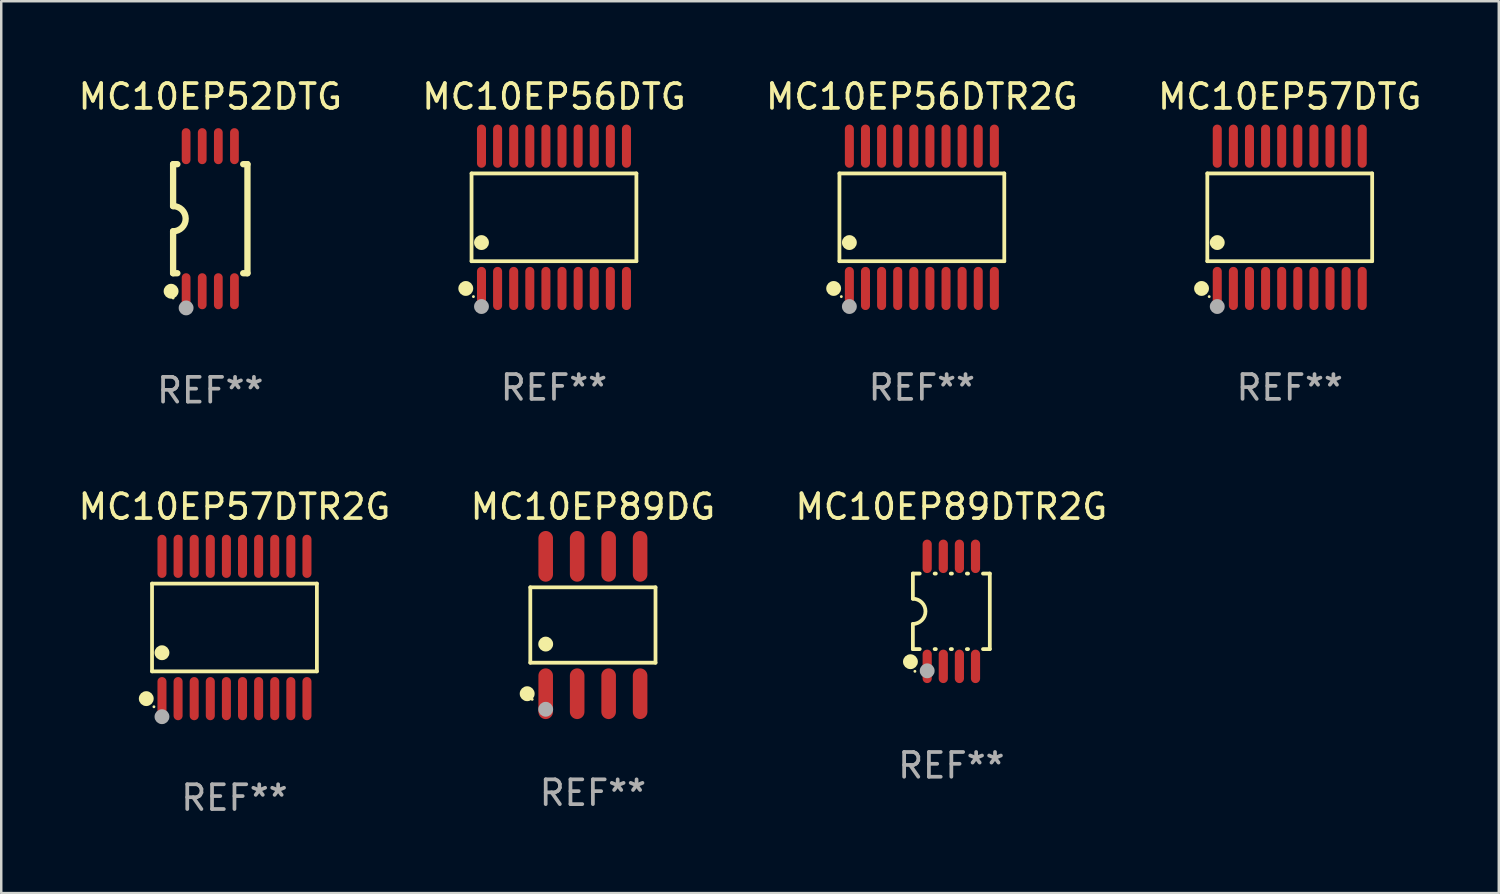
<source format=kicad_pcb>
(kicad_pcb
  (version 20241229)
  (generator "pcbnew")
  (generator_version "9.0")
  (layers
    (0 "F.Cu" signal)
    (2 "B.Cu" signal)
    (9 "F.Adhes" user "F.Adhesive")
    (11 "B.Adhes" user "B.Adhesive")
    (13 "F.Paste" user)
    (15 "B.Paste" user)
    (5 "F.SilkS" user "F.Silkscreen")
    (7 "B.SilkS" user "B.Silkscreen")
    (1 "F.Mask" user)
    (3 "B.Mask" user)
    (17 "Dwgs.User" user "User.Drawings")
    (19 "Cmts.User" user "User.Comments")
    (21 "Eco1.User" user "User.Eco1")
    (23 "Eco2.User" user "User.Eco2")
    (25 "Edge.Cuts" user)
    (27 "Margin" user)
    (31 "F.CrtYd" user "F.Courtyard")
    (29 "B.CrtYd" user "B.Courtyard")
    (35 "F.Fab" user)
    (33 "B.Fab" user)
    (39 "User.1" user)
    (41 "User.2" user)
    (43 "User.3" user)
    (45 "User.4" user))
  (footprint "MC10EP89DG"
    (layer "F.Cu")
    (at 20.875 22.171)
    (property "Reference" "MC10EP89DG" (at 0 -4.772 0) (layer "F.SilkS") (effects (font (size 1 1) (thickness 0.15))))
    (attr through_hole)
    (fp_line (start -2.526 -1.521) (end 2.526 -1.521) (stroke (width 0.152) (type solid)) (layer "F.SilkS"))
    (fp_line (start -2.526 1.521) (end -2.526 -1.521) (stroke (width 0.152) (type solid)) (layer "F.SilkS"))
    (fp_line (start 2.526 -1.521) (end 2.526 1.521) (stroke (width 0.152) (type solid)) (layer "F.SilkS"))
    (fp_line (start 2.526 1.521) (end -2.526 1.521) (stroke (width 0.152) (type solid)) (layer "F.SilkS"))
    (fp_circle (center -2.652 2.772) (end -2.501 2.772) (stroke (width 0.3) (type solid)) (fill no) (layer "F.SilkS"))
    (fp_circle (center -2.45 3) (end -2.42 3) (stroke (width 0.06) (type solid)) (fill no) (layer "F.SilkS"))
    (fp_circle (center -1.905 0.769) (end -1.755 0.769) (stroke (width 0.3) (type solid)) (fill no) (layer "F.SilkS"))
    (fp_circle (center -1.905 3.4) (end -1.755 3.4) (stroke (width 0.3) (type solid)) (fill no) (layer "F.Fab"))
    (fp_text user "REF**" (at 0 6.772 0) (layer "F.Fab") (effects (font (size 1 1) (thickness 0.15))))
    (pad "1" smd oval (at -1.905 2.772) (size 0.588 2.045) (layers "F.Cu" "F.Mask" "F.Paste"))
    (pad "2" smd oval (at -0.635 2.772) (size 0.588 2.045) (layers "F.Cu" "F.Mask" "F.Paste"))
    (pad "3" smd oval (at 0.635 2.772) (size 0.588 2.045) (layers "F.Cu" "F.Mask" "F.Paste"))
    (pad "4" smd oval (at 1.905 2.772) (size 0.588 2.045) (layers "F.Cu" "F.Mask" "F.Paste"))
    (pad "5" smd oval (at 1.905 -2.772) (size 0.588 2.045) (layers "F.Cu" "F.Mask" "F.Paste"))
    (pad "6" smd oval (at 0.635 -2.772) (size 0.588 2.045) (layers "F.Cu" "F.Mask" "F.Paste"))
    (pad "7" smd oval (at -0.635 -2.772) (size 0.588 2.045) (layers "F.Cu" "F.Mask" "F.Paste"))
    (pad "8" smd oval (at -1.905 -2.772) (size 0.588 2.045) (layers "F.Cu" "F.Mask" "F.Paste")))
  (footprint "MC10EP56DTR2G"
    (layer "F.Cu")
    (at 34.149 5.719)
    (property "Reference" "MC10EP56DTR2G" (at 0 -4.871 0) (layer "F.SilkS") (effects (font (size 1 1) (thickness 0.15))))
    (attr through_hole)
    (fp_line (start -3.326 -1.771) (end 3.326 -1.771) (stroke (width 0.152) (type solid)) (layer "F.SilkS"))
    (fp_line (start -3.326 1.771) (end -3.326 -1.771) (stroke (width 0.152) (type solid)) (layer "F.SilkS"))
    (fp_line (start 3.326 -1.771) (end 3.326 1.771) (stroke (width 0.152) (type solid)) (layer "F.SilkS"))
    (fp_line (start 3.326 1.771) (end -3.326 1.771) (stroke (width 0.152) (type solid)) (layer "F.SilkS"))
    (fp_circle (center -3.559 2.871) (end -3.409 2.871) (stroke (width 0.3) (type solid)) (fill no) (layer "F.SilkS"))
    (fp_circle (center -3.25 3.2) (end -3.22 3.2) (stroke (width 0.06) (type solid)) (fill no) (layer "F.SilkS"))
    (fp_circle (center -2.925 1.019) (end -2.775 1.019) (stroke (width 0.3) (type solid)) (fill no) (layer "F.SilkS"))
    (fp_circle (center -2.925 3.6) (end -2.775 3.6) (stroke (width 0.3) (type solid)) (fill no) (layer "F.Fab"))
    (fp_text user "REF**" (at 0 6.871 0) (layer "F.Fab") (effects (font (size 1 1) (thickness 0.15))))
    (pad "1" smd oval (at -2.925 2.871) (size 0.364 1.742) (layers "F.Cu" "F.Mask" "F.Paste"))
    (pad "2" smd oval (at -2.275 2.871) (size 0.364 1.742) (layers "F.Cu" "F.Mask" "F.Paste"))
    (pad "3" smd oval (at -1.625 2.871) (size 0.364 1.742) (layers "F.Cu" "F.Mask" "F.Paste"))
    (pad "4" smd oval (at -0.975 2.871) (size 0.364 1.742) (layers "F.Cu" "F.Mask" "F.Paste"))
    (pad "5" smd oval (at -0.325 2.871) (size 0.364 1.742) (layers "F.Cu" "F.Mask" "F.Paste"))
    (pad "6" smd oval (at 0.325 2.871) (size 0.364 1.742) (layers "F.Cu" "F.Mask" "F.Paste"))
    (pad "7" smd oval (at 0.975 2.871) (size 0.364 1.742) (layers "F.Cu" "F.Mask" "F.Paste"))
    (pad "8" smd oval (at 1.625 2.871) (size 0.364 1.742) (layers "F.Cu" "F.Mask" "F.Paste"))
    (pad "9" smd oval (at 2.275 2.871) (size 0.364 1.742) (layers "F.Cu" "F.Mask" "F.Paste"))
    (pad "10" smd oval (at 2.925 2.871) (size 0.364 1.742) (layers "F.Cu" "F.Mask" "F.Paste"))
    (pad "11" smd oval (at 2.925 -2.871) (size 0.364 1.742) (layers "F.Cu" "F.Mask" "F.Paste"))
    (pad "12" smd oval (at 2.275 -2.871) (size 0.364 1.742) (layers "F.Cu" "F.Mask" "F.Paste"))
    (pad "13" smd oval (at 1.625 -2.871) (size 0.364 1.742) (layers "F.Cu" "F.Mask" "F.Paste"))
    (pad "14" smd oval (at 0.975 -2.871) (size 0.364 1.742) (layers "F.Cu" "F.Mask" "F.Paste"))
    (pad "15" smd oval (at 0.325 -2.871) (size 0.364 1.742) (layers "F.Cu" "F.Mask" "F.Paste"))
    (pad "16" smd oval (at -0.325 -2.871) (size 0.364 1.742) (layers "F.Cu" "F.Mask" "F.Paste"))
    (pad "17" smd oval (at -0.975 -2.871) (size 0.364 1.742) (layers "F.Cu" "F.Mask" "F.Paste"))
    (pad "18" smd oval (at -1.625 -2.871) (size 0.364 1.742) (layers "F.Cu" "F.Mask" "F.Paste"))
    (pad "19" smd oval (at -2.275 -2.871) (size 0.364 1.742) (layers "F.Cu" "F.Mask" "F.Paste"))
    (pad "20" smd oval (at -2.925 -2.871) (size 0.364 1.742) (layers "F.Cu" "F.Mask" "F.Paste")))
  (footprint "MC10EP57DTR2G"
    (layer "F.Cu")
    (at 6.411 22.27)
    (property "Reference" "MC10EP57DTR2G" (at 0 -4.871 0) (layer "F.SilkS") (effects (font (size 1 1) (thickness 0.15))))
    (attr through_hole)
    (fp_line (start -3.326 -1.771) (end 3.326 -1.771) (stroke (width 0.152) (type solid)) (layer "F.SilkS"))
    (fp_line (start -3.326 1.771) (end -3.326 -1.771) (stroke (width 0.152) (type solid)) (layer "F.SilkS"))
    (fp_line (start 3.326 -1.771) (end 3.326 1.771) (stroke (width 0.152) (type solid)) (layer "F.SilkS"))
    (fp_line (start 3.326 1.771) (end -3.326 1.771) (stroke (width 0.152) (type solid)) (layer "F.SilkS"))
    (fp_circle (center -3.559 2.871) (end -3.409 2.871) (stroke (width 0.3) (type solid)) (fill no) (layer "F.SilkS"))
    (fp_circle (center -3.25 3.2) (end -3.22 3.2) (stroke (width 0.06) (type solid)) (fill no) (layer "F.SilkS"))
    (fp_circle (center -2.925 1.019) (end -2.775 1.019) (stroke (width 0.3) (type solid)) (fill no) (layer "F.SilkS"))
    (fp_circle (center -2.925 3.6) (end -2.775 3.6) (stroke (width 0.3) (type solid)) (fill no) (layer "F.Fab"))
    (fp_text user "REF**" (at 0 6.871 0) (layer "F.Fab") (effects (font (size 1 1) (thickness 0.15))))
    (pad "1" smd oval (at -2.925 2.871) (size 0.364 1.742) (layers "F.Cu" "F.Mask" "F.Paste"))
    (pad "2" smd oval (at -2.275 2.871) (size 0.364 1.742) (layers "F.Cu" "F.Mask" "F.Paste"))
    (pad "3" smd oval (at -1.625 2.871) (size 0.364 1.742) (layers "F.Cu" "F.Mask" "F.Paste"))
    (pad "4" smd oval (at -0.975 2.871) (size 0.364 1.742) (layers "F.Cu" "F.Mask" "F.Paste"))
    (pad "5" smd oval (at -0.325 2.871) (size 0.364 1.742) (layers "F.Cu" "F.Mask" "F.Paste"))
    (pad "6" smd oval (at 0.325 2.871) (size 0.364 1.742) (layers "F.Cu" "F.Mask" "F.Paste"))
    (pad "7" smd oval (at 0.975 2.871) (size 0.364 1.742) (layers "F.Cu" "F.Mask" "F.Paste"))
    (pad "8" smd oval (at 1.625 2.871) (size 0.364 1.742) (layers "F.Cu" "F.Mask" "F.Paste"))
    (pad "9" smd oval (at 2.275 2.871) (size 0.364 1.742) (layers "F.Cu" "F.Mask" "F.Paste"))
    (pad "10" smd oval (at 2.925 2.871) (size 0.364 1.742) (layers "F.Cu" "F.Mask" "F.Paste"))
    (pad "11" smd oval (at 2.925 -2.871) (size 0.364 1.742) (layers "F.Cu" "F.Mask" "F.Paste"))
    (pad "12" smd oval (at 2.275 -2.871) (size 0.364 1.742) (layers "F.Cu" "F.Mask" "F.Paste"))
    (pad "13" smd oval (at 1.625 -2.871) (size 0.364 1.742) (layers "F.Cu" "F.Mask" "F.Paste"))
    (pad "14" smd oval (at 0.975 -2.871) (size 0.364 1.742) (layers "F.Cu" "F.Mask" "F.Paste"))
    (pad "15" smd oval (at 0.325 -2.871) (size 0.364 1.742) (layers "F.Cu" "F.Mask" "F.Paste"))
    (pad "16" smd oval (at -0.325 -2.871) (size 0.364 1.742) (layers "F.Cu" "F.Mask" "F.Paste"))
    (pad "17" smd oval (at -0.975 -2.871) (size 0.364 1.742) (layers "F.Cu" "F.Mask" "F.Paste"))
    (pad "18" smd oval (at -1.625 -2.871) (size 0.364 1.742) (layers "F.Cu" "F.Mask" "F.Paste"))
    (pad "19" smd oval (at -2.275 -2.871) (size 0.364 1.742) (layers "F.Cu" "F.Mask" "F.Paste"))
    (pad "20" smd oval (at -2.925 -2.871) (size 0.364 1.742) (layers "F.Cu" "F.Mask" "F.Paste")))
  (footprint "MC10EP89DTR2G"
    (layer "F.Cu")
    (at 35.339 21.619)
    (property "Reference" "MC10EP89DTR2G" (at 0 -4.22 0) (layer "F.SilkS") (effects (font (size 1 1) (thickness 0.15))))
    (attr through_hole)
    (fp_line (start -1.552 -1.524) (end -1.276 -1.524) (stroke (width 0.152) (type solid)) (layer "F.SilkS"))
    (fp_line (start -1.552 -0.508) (end -1.552 -1.524) (stroke (width 0.152) (type solid)) (layer "F.SilkS"))
    (fp_line (start -1.552 1.524) (end -1.552 0.508) (stroke (width 0.152) (type solid)) (layer "F.SilkS"))
    (fp_line (start -1.552 1.524) (end -1.276 1.524) (stroke (width 0.152) (type solid)) (layer "F.SilkS"))
    (fp_line (start -0.674 -1.524) (end -0.626 -1.524) (stroke (width 0.152) (type solid)) (layer "F.SilkS"))
    (fp_line (start -0.674 1.524) (end -0.626 1.524) (stroke (width 0.152) (type solid)) (layer "F.SilkS"))
    (fp_line (start -0.024 -1.524) (end 0.024 -1.524) (stroke (width 0.152) (type solid)) (layer "F.SilkS"))
    (fp_line (start -0.024 1.524) (end 0.024 1.524) (stroke (width 0.152) (type solid)) (layer "F.SilkS"))
    (fp_line (start 0.626 -1.524) (end 0.674 -1.524) (stroke (width 0.152) (type solid)) (layer "F.SilkS"))
    (fp_line (start 0.626 1.524) (end 0.674 1.524) (stroke (width 0.152) (type solid)) (layer "F.SilkS"))
    (fp_line (start 1.276 1.524) (end 1.552 1.524) (stroke (width 0.152) (type solid)) (layer "F.SilkS"))
    (fp_line (start 1.276 -1.524) (end 1.552 -1.524) (stroke (width 0.152) (type solid)) (layer "F.SilkS"))
    (fp_line (start 1.552 -1.524) (end 1.552 1.524) (stroke (width 0.152) (type solid)) (layer "F.SilkS"))
    (fp_arc (start -1.551943 -0.508001) (mid -1.043942 0) (end -1.551943 0.508001) (stroke (width 0.151994) (type solid)) (layer "F.SilkS"))
    (fp_circle (center -1.651 2.032) (end -1.501 2.032) (stroke (width 0.3) (type solid)) (fill no) (layer "F.SilkS"))
    (fp_circle (center -1.47 2.42) (end -1.44 2.42) (stroke (width 0.06) (type solid)) (fill no) (layer "F.SilkS"))
    (fp_circle (center -0.975 2.4) (end -0.825 2.4) (stroke (width 0.3) (type solid)) (fill no) (layer "F.Fab"))
    (fp_text user "REF**" (at 0 6.22 0) (layer "F.Fab") (effects (font (size 1 1) (thickness 0.15))))
    (pad "1" smd oval (at -0.975 2.22) (size 0.37 1.35) (layers "F.Cu" "F.Mask" "F.Paste"))
    (pad "2" smd oval (at -0.325 2.22) (size 0.37 1.35) (layers "F.Cu" "F.Mask" "F.Paste"))
    (pad "3" smd oval (at 0.325 2.22) (size 0.37 1.35) (layers "F.Cu" "F.Mask" "F.Paste"))
    (pad "4" smd oval (at 0.975 2.22) (size 0.37 1.35) (layers "F.Cu" "F.Mask" "F.Paste"))
    (pad "5" smd oval (at 0.975 -2.22) (size 0.37 1.35) (layers "F.Cu" "F.Mask" "F.Paste"))
    (pad "6" smd oval (at 0.325 -2.22) (size 0.37 1.35) (layers "F.Cu" "F.Mask" "F.Paste"))
    (pad "7" smd oval (at -0.325 -2.22) (size 0.37 1.35) (layers "F.Cu" "F.Mask" "F.Paste"))
    (pad "8" smd oval (at -0.975 -2.22) (size 0.37 1.35) (layers "F.Cu" "F.Mask" "F.Paste")))
  (footprint "MC10EP56DTG"
    (layer "F.Cu")
    (at 19.304 5.719)
    (property "Reference" "MC10EP56DTG" (at 0 -4.871 0) (layer "F.SilkS") (effects (font (size 1 1) (thickness 0.15))))
    (attr through_hole)
    (fp_line (start -3.326 -1.771) (end 3.326 -1.771) (stroke (width 0.152) (type solid)) (layer "F.SilkS"))
    (fp_line (start -3.326 1.771) (end -3.326 -1.771) (stroke (width 0.152) (type solid)) (layer "F.SilkS"))
    (fp_line (start 3.326 -1.771) (end 3.326 1.771) (stroke (width 0.152) (type solid)) (layer "F.SilkS"))
    (fp_line (start 3.326 1.771) (end -3.326 1.771) (stroke (width 0.152) (type solid)) (layer "F.SilkS"))
    (fp_circle (center -3.559 2.871) (end -3.409 2.871) (stroke (width 0.3) (type solid)) (fill no) (layer "F.SilkS"))
    (fp_circle (center -3.25 3.2) (end -3.22 3.2) (stroke (width 0.06) (type solid)) (fill no) (layer "F.SilkS"))
    (fp_circle (center -2.925 1.019) (end -2.775 1.019) (stroke (width 0.3) (type solid)) (fill no) (layer "F.SilkS"))
    (fp_circle (center -2.925 3.6) (end -2.775 3.6) (stroke (width 0.3) (type solid)) (fill no) (layer "F.Fab"))
    (fp_text user "REF**" (at 0 6.871 0) (layer "F.Fab") (effects (font (size 1 1) (thickness 0.15))))
    (pad "1" smd oval (at -2.925 2.871) (size 0.364 1.742) (layers "F.Cu" "F.Mask" "F.Paste"))
    (pad "2" smd oval (at -2.275 2.871) (size 0.364 1.742) (layers "F.Cu" "F.Mask" "F.Paste"))
    (pad "3" smd oval (at -1.625 2.871) (size 0.364 1.742) (layers "F.Cu" "F.Mask" "F.Paste"))
    (pad "4" smd oval (at -0.975 2.871) (size 0.364 1.742) (layers "F.Cu" "F.Mask" "F.Paste"))
    (pad "5" smd oval (at -0.325 2.871) (size 0.364 1.742) (layers "F.Cu" "F.Mask" "F.Paste"))
    (pad "6" smd oval (at 0.325 2.871) (size 0.364 1.742) (layers "F.Cu" "F.Mask" "F.Paste"))
    (pad "7" smd oval (at 0.975 2.871) (size 0.364 1.742) (layers "F.Cu" "F.Mask" "F.Paste"))
    (pad "8" smd oval (at 1.625 2.871) (size 0.364 1.742) (layers "F.Cu" "F.Mask" "F.Paste"))
    (pad "9" smd oval (at 2.275 2.871) (size 0.364 1.742) (layers "F.Cu" "F.Mask" "F.Paste"))
    (pad "10" smd oval (at 2.925 2.871) (size 0.364 1.742) (layers "F.Cu" "F.Mask" "F.Paste"))
    (pad "11" smd oval (at 2.925 -2.871) (size 0.364 1.742) (layers "F.Cu" "F.Mask" "F.Paste"))
    (pad "12" smd oval (at 2.275 -2.871) (size 0.364 1.742) (layers "F.Cu" "F.Mask" "F.Paste"))
    (pad "13" smd oval (at 1.625 -2.871) (size 0.364 1.742) (layers "F.Cu" "F.Mask" "F.Paste"))
    (pad "14" smd oval (at 0.975 -2.871) (size 0.364 1.742) (layers "F.Cu" "F.Mask" "F.Paste"))
    (pad "15" smd oval (at 0.325 -2.871) (size 0.364 1.742) (layers "F.Cu" "F.Mask" "F.Paste"))
    (pad "16" smd oval (at -0.325 -2.871) (size 0.364 1.742) (layers "F.Cu" "F.Mask" "F.Paste"))
    (pad "17" smd oval (at -0.975 -2.871) (size 0.364 1.742) (layers "F.Cu" "F.Mask" "F.Paste"))
    (pad "18" smd oval (at -1.625 -2.871) (size 0.364 1.742) (layers "F.Cu" "F.Mask" "F.Paste"))
    (pad "19" smd oval (at -2.275 -2.871) (size 0.364 1.742) (layers "F.Cu" "F.Mask" "F.Paste"))
    (pad "20" smd oval (at -2.925 -2.871) (size 0.364 1.742) (layers "F.Cu" "F.Mask" "F.Paste")))
  (footprint "MC10EP52DTG"
    (layer "F.Cu")
    (at 5.435 5.775)
    (property "Reference" "MC10EP52DTG" (at 0 -4.927 0) (layer "F.SilkS") (effects (font (size 1 1) (thickness 0.15))))
    (attr through_hole)
    (fp_line (start -1.5 -2.2) (end -1.5 -0.508) (stroke (width 0.254) (type solid)) (layer "F.SilkS"))
    (fp_line (start -1.5 -2.2) (end -1.328 -2.2) (stroke (width 0.254) (type solid)) (layer "F.SilkS"))
    (fp_line (start -1.5 2.2) (end -1.5 0.508) (stroke (width 0.254) (type solid)) (layer "F.SilkS"))
    (fp_line (start -1.5 2.2) (end -1.328 2.2) (stroke (width 0.254) (type solid)) (layer "F.SilkS"))
    (fp_line (start 1.328 -2.2) (end 1.5 -2.2) (stroke (width 0.254) (type solid)) (layer "F.SilkS"))
    (fp_line (start 1.328 2.2) (end 1.5 2.2) (stroke (width 0.254) (type solid)) (layer "F.SilkS"))
    (fp_line (start 1.5 -2.2) (end 1.5 2.2) (stroke (width 0.254) (type solid)) (layer "F.SilkS"))
    (fp_arc (start -1.501144 -0.508) (mid -0.993143 -0.000571) (end -1.5 0.508001) (stroke (width 0.254001) (type solid)) (layer "F.SilkS"))
    (fp_circle (center -1.581 2.927) (end -1.431 2.927) (stroke (width 0.3) (type solid)) (fill no) (layer "F.SilkS"))
    (fp_circle (center -1.5 3.2) (end -1.47 3.2) (stroke (width 0.06) (type solid)) (fill no) (layer "F.SilkS"))
    (fp_circle (center -0.975 3.6) (end -0.825 3.6) (stroke (width 0.3) (type solid)) (fill no) (layer "F.Fab"))
    (fp_text user "REF**" (at 0 6.927 0) (layer "F.Fab") (effects (font (size 1 1) (thickness 0.15))))
    (pad "1" smd oval (at -0.975 2.927) (size 0.353 1.454) (layers "F.Cu" "F.Mask" "F.Paste"))
    (pad "2" smd oval (at -0.325 2.927) (size 0.353 1.454) (layers "F.Cu" "F.Mask" "F.Paste"))
    (pad "3" smd oval (at 0.325 2.927) (size 0.353 1.454) (layers "F.Cu" "F.Mask" "F.Paste"))
    (pad "4" smd oval (at 0.975 2.927) (size 0.353 1.454) (layers "F.Cu" "F.Mask" "F.Paste"))
    (pad "5" smd oval (at 0.975 -2.927) (size 0.353 1.454) (layers "F.Cu" "F.Mask" "F.Paste"))
    (pad "6" smd oval (at 0.325 -2.927) (size 0.353 1.454) (layers "F.Cu" "F.Mask" "F.Paste"))
    (pad "7" smd oval (at -0.325 -2.927) (size 0.353 1.454) (layers "F.Cu" "F.Mask" "F.Paste"))
    (pad "8" smd oval (at -0.975 -2.927) (size 0.353 1.454) (layers "F.Cu" "F.Mask" "F.Paste")))
  (footprint "MC10EP57DTG"
    (layer "F.Cu")
    (at 48.994 5.719)
    (property "Reference" "MC10EP57DTG" (at 0 -4.871 0) (layer "F.SilkS") (effects (font (size 1 1) (thickness 0.15))))
    (attr through_hole)
    (fp_line (start -3.326 -1.771) (end 3.326 -1.771) (stroke (width 0.152) (type solid)) (layer "F.SilkS"))
    (fp_line (start -3.326 1.771) (end -3.326 -1.771) (stroke (width 0.152) (type solid)) (layer "F.SilkS"))
    (fp_line (start 3.326 -1.771) (end 3.326 1.771) (stroke (width 0.152) (type solid)) (layer "F.SilkS"))
    (fp_line (start 3.326 1.771) (end -3.326 1.771) (stroke (width 0.152) (type solid)) (layer "F.SilkS"))
    (fp_circle (center -3.559 2.871) (end -3.409 2.871) (stroke (width 0.3) (type solid)) (fill no) (layer "F.SilkS"))
    (fp_circle (center -3.25 3.2) (end -3.22 3.2) (stroke (width 0.06) (type solid)) (fill no) (layer "F.SilkS"))
    (fp_circle (center -2.925 1.019) (end -2.775 1.019) (stroke (width 0.3) (type solid)) (fill no) (layer "F.SilkS"))
    (fp_circle (center -2.925 3.6) (end -2.775 3.6) (stroke (width 0.3) (type solid)) (fill no) (layer "F.Fab"))
    (fp_text user "REF**" (at 0 6.871 0) (layer "F.Fab") (effects (font (size 1 1) (thickness 0.15))))
    (pad "1" smd oval (at -2.925 2.871) (size 0.364 1.742) (layers "F.Cu" "F.Mask" "F.Paste"))
    (pad "2" smd oval (at -2.275 2.871) (size 0.364 1.742) (layers "F.Cu" "F.Mask" "F.Paste"))
    (pad "3" smd oval (at -1.625 2.871) (size 0.364 1.742) (layers "F.Cu" "F.Mask" "F.Paste"))
    (pad "4" smd oval (at -0.975 2.871) (size 0.364 1.742) (layers "F.Cu" "F.Mask" "F.Paste"))
    (pad "5" smd oval (at -0.325 2.871) (size 0.364 1.742) (layers "F.Cu" "F.Mask" "F.Paste"))
    (pad "6" smd oval (at 0.325 2.871) (size 0.364 1.742) (layers "F.Cu" "F.Mask" "F.Paste"))
    (pad "7" smd oval (at 0.975 2.871) (size 0.364 1.742) (layers "F.Cu" "F.Mask" "F.Paste"))
    (pad "8" smd oval (at 1.625 2.871) (size 0.364 1.742) (layers "F.Cu" "F.Mask" "F.Paste"))
    (pad "9" smd oval (at 2.275 2.871) (size 0.364 1.742) (layers "F.Cu" "F.Mask" "F.Paste"))
    (pad "10" smd oval (at 2.925 2.871) (size 0.364 1.742) (layers "F.Cu" "F.Mask" "F.Paste"))
    (pad "11" smd oval (at 2.925 -2.871) (size 0.364 1.742) (layers "F.Cu" "F.Mask" "F.Paste"))
    (pad "12" smd oval (at 2.275 -2.871) (size 0.364 1.742) (layers "F.Cu" "F.Mask" "F.Paste"))
    (pad "13" smd oval (at 1.625 -2.871) (size 0.364 1.742) (layers "F.Cu" "F.Mask" "F.Paste"))
    (pad "14" smd oval (at 0.975 -2.871) (size 0.364 1.742) (layers "F.Cu" "F.Mask" "F.Paste"))
    (pad "15" smd oval (at 0.325 -2.871) (size 0.364 1.742) (layers "F.Cu" "F.Mask" "F.Paste"))
    (pad "16" smd oval (at -0.325 -2.871) (size 0.364 1.742) (layers "F.Cu" "F.Mask" "F.Paste"))
    (pad "17" smd oval (at -0.975 -2.871) (size 0.364 1.742) (layers "F.Cu" "F.Mask" "F.Paste"))
    (pad "18" smd oval (at -1.625 -2.871) (size 0.364 1.742) (layers "F.Cu" "F.Mask" "F.Paste"))
    (pad "19" smd oval (at -2.275 -2.871) (size 0.364 1.742) (layers "F.Cu" "F.Mask" "F.Paste"))
    (pad "20" smd oval (at -2.925 -2.871) (size 0.364 1.742) (layers "F.Cu" "F.Mask" "F.Paste")))
  (gr_rect
    (start -3 -3)
    (end 57.429 32.989)
    (stroke (width 0.1) (type default))
    (fill no)
    (layer "Edge.Cuts")))
</source>
